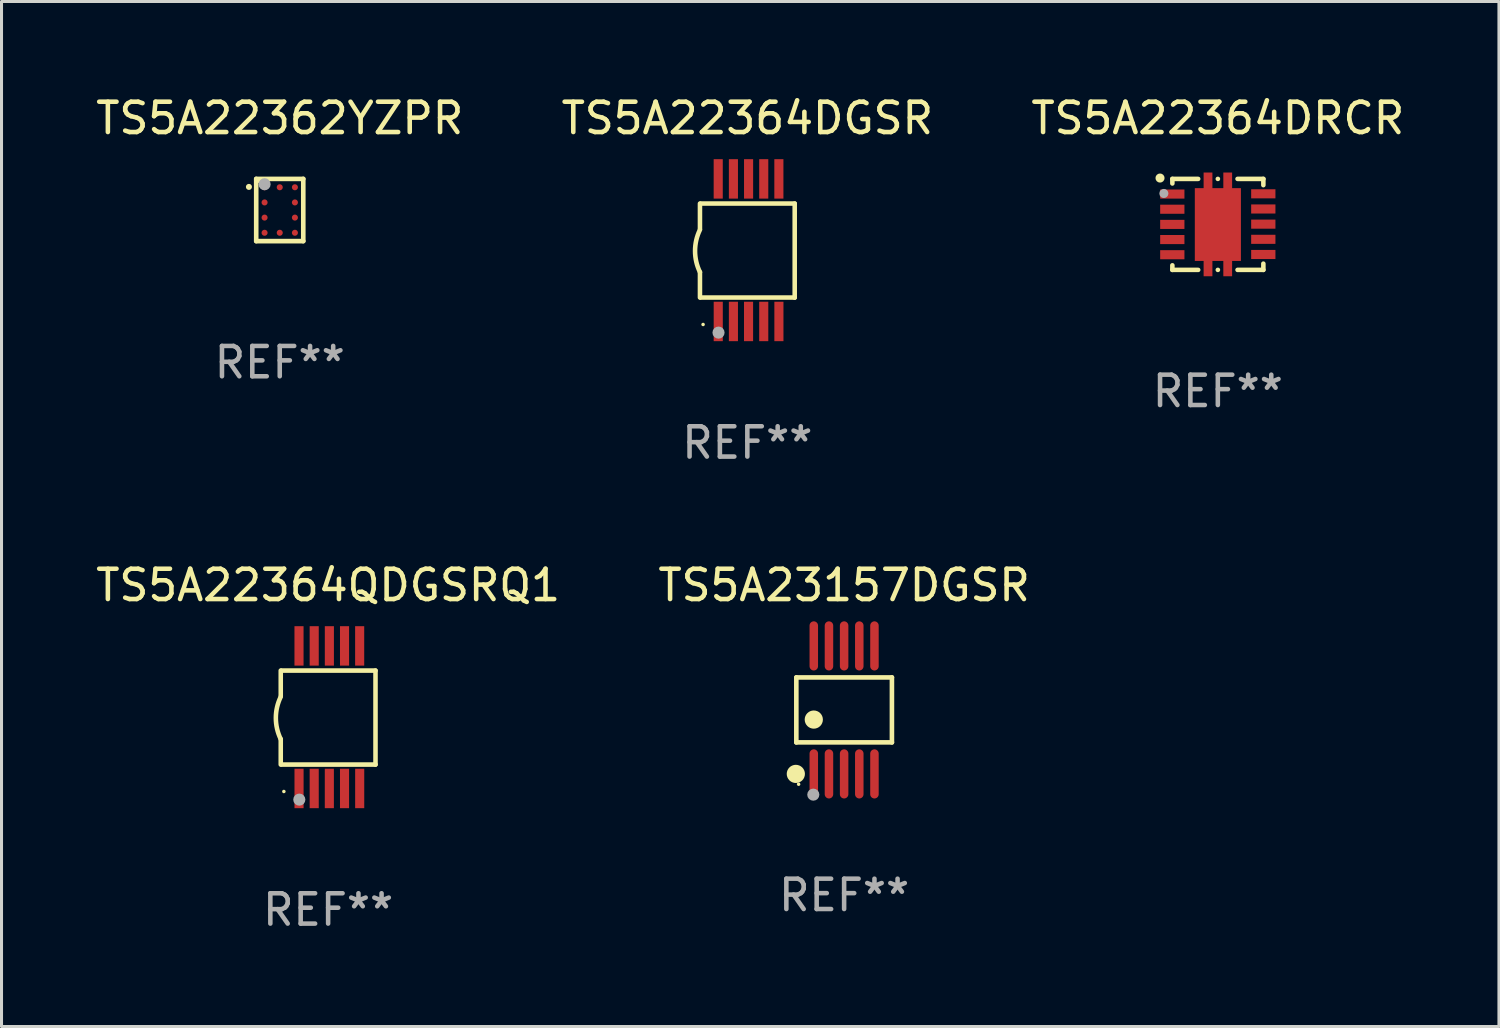
<source format=kicad_pcb>
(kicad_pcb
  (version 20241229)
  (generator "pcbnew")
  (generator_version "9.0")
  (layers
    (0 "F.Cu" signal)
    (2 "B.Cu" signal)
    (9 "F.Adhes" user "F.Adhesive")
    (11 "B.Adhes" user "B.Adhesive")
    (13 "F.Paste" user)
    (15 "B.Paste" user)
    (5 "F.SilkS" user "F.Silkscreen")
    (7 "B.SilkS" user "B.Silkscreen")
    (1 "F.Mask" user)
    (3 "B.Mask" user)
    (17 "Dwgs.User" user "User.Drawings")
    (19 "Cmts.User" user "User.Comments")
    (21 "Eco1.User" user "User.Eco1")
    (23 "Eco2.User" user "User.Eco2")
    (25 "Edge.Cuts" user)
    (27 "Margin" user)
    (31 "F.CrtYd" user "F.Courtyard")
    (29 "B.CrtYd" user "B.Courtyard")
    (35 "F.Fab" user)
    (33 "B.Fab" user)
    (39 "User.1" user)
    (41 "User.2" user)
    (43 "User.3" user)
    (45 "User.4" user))
  (footprint "TS5A22364QDGSRQ1"
    (layer "F.Cu")
    (at 7.768 20.595)
    (property "Reference" "TS5A22364QDGSRQ1" (at 0 -4.35 0) (layer "F.SilkS") (effects (font (size 1 1) (thickness 0.15))))
    (attr through_hole)
    (fp_line (start -1.562 -1.537) (end -1.562 -0.698) (stroke (width 0.15) (type solid)) (layer "F.SilkS"))
    (fp_line (start -1.562 0.724) (end -1.562 1.562) (stroke (width 0.15) (type solid)) (layer "F.SilkS"))
    (fp_line (start -1.538 -1.537) (end 1.562 -1.537) (stroke (width 0.15) (type solid)) (layer "F.SilkS"))
    (fp_line (start -1.538 1.562) (end 1.562 1.562) (stroke (width 0.15) (type solid)) (layer "F.SilkS"))
    (fp_line (start 1.562 1.564) (end 1.562 -1.537) (stroke (width 0.15) (type solid)) (layer "F.SilkS"))
    (fp_arc (start -1.562103 0.724079) (mid -1.723579 0.025578) (end -1.562103 -0.672924) (stroke (width 0.150013) (type solid)) (layer "F.SilkS"))
    (fp_circle (center -1.459 2.45) (end -1.429 2.45) (stroke (width 0.06) (type solid)) (fill no) (layer "F.SilkS"))
    (fp_circle (center -0.95 2.718) (end -0.85 2.718) (stroke (width 0.2) (type solid)) (fill no) (layer "F.Fab"))
    (fp_text user "REF**" (at 0 6.35 0) (layer "F.Fab") (effects (font (size 1 1) (thickness 0.15))))
    (pad "1" smd rect (at -0.959 2.35) (size 0.3 1.3) (layers "F.Cu" "F.Mask" "F.Paste"))
    (pad "2" smd rect (at -0.459 2.35) (size 0.3 1.3) (layers "F.Cu" "F.Mask" "F.Paste"))
    (pad "3" smd rect (at 0.04 2.35) (size 0.3 1.3) (layers "F.Cu" "F.Mask" "F.Paste"))
    (pad "4" smd rect (at 0.541 2.35) (size 0.3 1.3) (layers "F.Cu" "F.Mask" "F.Paste"))
    (pad "5" smd rect (at 1.041 2.35) (size 0.3 1.3) (layers "F.Cu" "F.Mask" "F.Paste"))
    (pad "6" smd rect (at 1.04 -2.35) (size 0.3 1.3) (layers "F.Cu" "F.Mask" "F.Paste"))
    (pad "7" smd rect (at 0.541 -2.35) (size 0.3 1.3) (layers "F.Cu" "F.Mask" "F.Paste"))
    (pad "8" smd rect (at 0.041 -2.35) (size 0.3 1.3) (layers "F.Cu" "F.Mask" "F.Paste"))
    (pad "9" smd rect (at -0.459 -2.35) (size 0.3 1.3) (layers "F.Cu" "F.Mask" "F.Paste"))
    (pad "10" smd rect (at -0.96 -2.35) (size 0.3 1.3) (layers "F.Cu" "F.Mask" "F.Paste")))
  (footprint "TS5A22362YZPR"
    (layer "F.Cu")
    (at 6.173 3.874)
    (property "Reference" "TS5A22362YZPR" (at 0 -3.026 0) (layer "F.SilkS") (effects (font (size 1 1) (thickness 0.15))))
    (attr through_hole)
    (fp_line (start -0.776 -1.026) (end 0.776 -1.026) (stroke (width 0.152) (type solid)) (layer "F.SilkS"))
    (fp_line (start -0.776 1.026) (end -0.776 -1.026) (stroke (width 0.152) (type solid)) (layer "F.SilkS"))
    (fp_line (start 0.776 -1.026) (end 0.776 1.026) (stroke (width 0.152) (type solid)) (layer "F.SilkS"))
    (fp_line (start 0.776 1.026) (end -0.776 1.026) (stroke (width 0.152) (type solid)) (layer "F.SilkS"))
    (fp_circle (center -1.016 -0.762) (end -0.966 -0.762) (stroke (width 0.1) (type solid)) (fill no) (layer "F.SilkS"))
    (fp_circle (center -0.7 -0.95) (end -0.67 -0.95) (stroke (width 0.06) (type solid)) (fill no) (layer "F.SilkS"))
    (fp_circle (center -0.5 -0.85) (end -0.4 -0.85) (stroke (width 0.2) (type solid)) (fill no) (layer "F.Fab"))
    (fp_text user "REF**" (at 0 5.026 0) (layer "F.Fab") (effects (font (size 1 1) (thickness 0.15))))
    (pad "A1" smd circle (at -0.5 -0.75) (size 0.2 0.2) (layers "F.Cu" "F.Mask" "F.Paste"))
    (pad "A2" smd circle (at 0 -0.75) (size 0.2 0.2) (layers "F.Cu" "F.Mask" "F.Paste"))
    (pad "A3" smd circle (at 0.5 -0.75) (size 0.2 0.2) (layers "F.Cu" "F.Mask" "F.Paste"))
    (pad "B1" smd circle (at -0.5 -0.25) (size 0.2 0.2) (layers "F.Cu" "F.Mask" "F.Paste"))
    (pad "B3" smd circle (at 0.5 -0.25) (size 0.2 0.2) (layers "F.Cu" "F.Mask" "F.Paste"))
    (pad "C1" smd circle (at -0.5 0.25) (size 0.2 0.2) (layers "F.Cu" "F.Mask" "F.Paste"))
    (pad "C3" smd circle (at 0.5 0.25) (size 0.2 0.2) (layers "F.Cu" "F.Mask" "F.Paste"))
    (pad "D1" smd circle (at -0.5 0.75) (size 0.2 0.2) (layers "F.Cu" "F.Mask" "F.Paste"))
    (pad "D2" smd circle (at 0 0.75) (size 0.2 0.2) (layers "F.Cu" "F.Mask" "F.Paste"))
    (pad "D3" smd circle (at 0.5 0.75) (size 0.2 0.2) (layers "F.Cu" "F.Mask" "F.Paste")))
  (footprint "TS5A23157DGSR"
    (layer "F.Cu")
    (at 24.78 20.355)
    (property "Reference" "TS5A23157DGSR" (at 0 -4.11 0) (layer "F.SilkS") (effects (font (size 1 1) (thickness 0.15))))
    (attr through_hole)
    (fp_line (start -1.576 -1.071) (end 1.576 -1.071) (stroke (width 0.152) (type solid)) (layer "F.SilkS"))
    (fp_line (start -1.576 1.071) (end -1.576 -1.071) (stroke (width 0.152) (type solid)) (layer "F.SilkS"))
    (fp_line (start 1.576 -1.071) (end 1.576 1.071) (stroke (width 0.152) (type solid)) (layer "F.SilkS"))
    (fp_line (start 1.576 1.071) (end -1.576 1.071) (stroke (width 0.152) (type solid)) (layer "F.SilkS"))
    (fp_circle (center -1.592 2.11) (end -1.442 2.11) (stroke (width 0.3) (type solid)) (fill no) (layer "F.SilkS"))
    (fp_circle (center -1.5 2.45) (end -1.47 2.45) (stroke (width 0.06) (type solid)) (fill no) (layer "F.SilkS"))
    (fp_circle (center -1 0.319) (end -0.85 0.319) (stroke (width 0.3) (type solid)) (fill no) (layer "F.SilkS"))
    (fp_circle (center -1.016 2.794) (end -0.916 2.794) (stroke (width 0.2) (type solid)) (fill no) (layer "F.Fab"))
    (fp_text user "REF**" (at 0 6.11 0) (layer "F.Fab") (effects (font (size 1 1) (thickness 0.15))))
    (pad "1" smd oval (at -1 2.11) (size 0.28 1.62) (layers "F.Cu" "F.Mask" "F.Paste"))
    (pad "2" smd oval (at -0.5 2.11) (size 0.28 1.62) (layers "F.Cu" "F.Mask" "F.Paste"))
    (pad "3" smd oval (at 0 2.11) (size 0.28 1.62) (layers "F.Cu" "F.Mask" "F.Paste"))
    (pad "4" smd oval (at 0.5 2.11) (size 0.28 1.62) (layers "F.Cu" "F.Mask" "F.Paste"))
    (pad "5" smd oval (at 1 2.11) (size 0.28 1.62) (layers "F.Cu" "F.Mask" "F.Paste"))
    (pad "6" smd oval (at 1 -2.11) (size 0.28 1.62) (layers "F.Cu" "F.Mask" "F.Paste"))
    (pad "7" smd oval (at 0.5 -2.11) (size 0.28 1.62) (layers "F.Cu" "F.Mask" "F.Paste"))
    (pad "8" smd oval (at 0 -2.11) (size 0.28 1.62) (layers "F.Cu" "F.Mask" "F.Paste"))
    (pad "9" smd oval (at -0.5 -2.11) (size 0.28 1.62) (layers "F.Cu" "F.Mask" "F.Paste"))
    (pad "10" smd oval (at -1 -2.11) (size 0.28 1.62) (layers "F.Cu" "F.Mask" "F.Paste")))
  (footprint "TS5A22364DGSR"
    (layer "F.Cu")
    (at 21.589 5.198)
    (property "Reference" "TS5A22364DGSR" (at 0 -4.35 0) (layer "F.SilkS") (effects (font (size 1 1) (thickness 0.15))))
    (attr through_hole)
    (fp_line (start -1.562 -1.537) (end -1.562 -0.698) (stroke (width 0.15) (type solid)) (layer "F.SilkS"))
    (fp_line (start -1.562 0.724) (end -1.562 1.562) (stroke (width 0.15) (type solid)) (layer "F.SilkS"))
    (fp_line (start -1.538 -1.537) (end 1.562 -1.537) (stroke (width 0.15) (type solid)) (layer "F.SilkS"))
    (fp_line (start -1.538 1.562) (end 1.562 1.562) (stroke (width 0.15) (type solid)) (layer "F.SilkS"))
    (fp_line (start 1.562 1.564) (end 1.562 -1.537) (stroke (width 0.15) (type solid)) (layer "F.SilkS"))
    (fp_arc (start -1.562103 0.724079) (mid -1.723579 0.025578) (end -1.562103 -0.672924) (stroke (width 0.150013) (type solid)) (layer "F.SilkS"))
    (fp_circle (center -1.459 2.45) (end -1.429 2.45) (stroke (width 0.06) (type solid)) (fill no) (layer "F.SilkS"))
    (fp_circle (center -0.95 2.718) (end -0.85 2.718) (stroke (width 0.2) (type solid)) (fill no) (layer "F.Fab"))
    (fp_text user "REF**" (at 0 6.35 0) (layer "F.Fab") (effects (font (size 1 1) (thickness 0.15))))
    (pad "1" smd rect (at -0.959 2.35) (size 0.3 1.3) (layers "F.Cu" "F.Mask" "F.Paste"))
    (pad "2" smd rect (at -0.459 2.35) (size 0.3 1.3) (layers "F.Cu" "F.Mask" "F.Paste"))
    (pad "3" smd rect (at 0.04 2.35) (size 0.3 1.3) (layers "F.Cu" "F.Mask" "F.Paste"))
    (pad "4" smd rect (at 0.541 2.35) (size 0.3 1.3) (layers "F.Cu" "F.Mask" "F.Paste"))
    (pad "5" smd rect (at 1.041 2.35) (size 0.3 1.3) (layers "F.Cu" "F.Mask" "F.Paste"))
    (pad "6" smd rect (at 1.04 -2.35) (size 0.3 1.3) (layers "F.Cu" "F.Mask" "F.Paste"))
    (pad "7" smd rect (at 0.541 -2.35) (size 0.3 1.3) (layers "F.Cu" "F.Mask" "F.Paste"))
    (pad "8" smd rect (at 0.041 -2.35) (size 0.3 1.3) (layers "F.Cu" "F.Mask" "F.Paste"))
    (pad "9" smd rect (at -0.459 -2.35) (size 0.3 1.3) (layers "F.Cu" "F.Mask" "F.Paste"))
    (pad "10" smd rect (at -0.96 -2.35) (size 0.3 1.3) (layers "F.Cu" "F.Mask" "F.Paste")))
  (footprint "TS5A22364DRCR"
    (layer "F.Cu")
    (at 37.101 4.348)
    (property "Reference" "TS5A22364DRCR" (at 0 -3.5 0) (layer "F.SilkS") (effects (font (size 1 1) (thickness 0.15))))
    (attr through_hole)
    (fp_line (start -1.499 -1.5) (end -1.499 -1.349) (stroke (width 0.15) (type solid)) (layer "F.SilkS"))
    (fp_line (start -1.499 -1.5) (end -0.648 -1.5) (stroke (width 0.15) (type solid)) (layer "F.SilkS"))
    (fp_line (start -1.499 1.349) (end -1.499 1.5) (stroke (width 0.15) (type solid)) (layer "F.SilkS"))
    (fp_line (start -0.648 1.5) (end -1.499 1.5) (stroke (width 0.15) (type solid)) (layer "F.SilkS"))
    (fp_line (start -0.000203 -1.5) (end 0.002 -1.5) (stroke (width 0.15) (type solid)) (layer "F.SilkS"))
    (fp_line (start 0.002 1.5) (end -0.000203 1.5) (stroke (width 0.15) (type solid)) (layer "F.SilkS"))
    (fp_line (start 0.65 -1.5) (end 1.501 -1.5) (stroke (width 0.15) (type solid)) (layer "F.SilkS"))
    (fp_line (start 1.501 -1.5) (end 1.501 -1.294) (stroke (width 0.15) (type solid)) (layer "F.SilkS"))
    (fp_line (start 1.501 1.294) (end 1.501 1.5) (stroke (width 0.15) (type solid)) (layer "F.SilkS"))
    (fp_line (start 1.501 1.5) (end 0.65 1.5) (stroke (width 0.15) (type solid)) (layer "F.SilkS"))
    (fp_circle (center -1.906 -1.528) (end -1.831 -1.528) (stroke (width 0.15) (type solid)) (fill no) (layer "F.SilkS"))
    (fp_circle (center -1.471 -1.474) (end -1.441 -1.474) (stroke (width 0.06) (type solid)) (fill no) (layer "F.SilkS"))
    (fp_circle (center -1.779 -1.02) (end -1.704 -1.02) (stroke (width 0.15) (type solid)) (fill no) (layer "F.Fab"))
    (fp_text user "REF**" (at 0 5.5 0) (layer "F.Fab") (effects (font (size 1 1) (thickness 0.15))))
    (pad "1" smd rect (at -1.501 -1) (size 0.8 0.3) (layers "F.Cu" "F.Mask" "F.Paste"))
    (pad "2" smd rect (at -1.501 -0.5) (size 0.8 0.3) (layers "F.Cu" "F.Mask" "F.Paste"))
    (pad "3" smd rect (at -1.501 0.000102) (size 0.8 0.3) (layers "F.Cu" "F.Mask" "F.Paste"))
    (pad "4" smd rect (at -1.501 0.5) (size 0.8 0.3) (layers "F.Cu" "F.Mask" "F.Paste"))
    (pad "5" smd rect (at -1.501 1) (size 0.8 0.3) (layers "F.Cu" "F.Mask" "F.Paste"))
    (pad "6" smd rect (at 1.499 0.992) (size 0.8 0.3) (layers "F.Cu" "F.Mask" "F.Paste"))
    (pad "7" smd rect (at 1.499 0.492) (size 0.8 0.3) (layers "F.Cu" "F.Mask" "F.Paste"))
    (pad "8" smd rect (at 1.499 -0.008) (size 0.8 0.3) (layers "F.Cu" "F.Mask" "F.Paste"))
    (pad "9" smd rect (at 1.499 -0.508) (size 0.8 0.3) (layers "F.Cu" "F.Mask" "F.Paste"))
    (pad "10" smd rect (at 1.499 -1.008) (size 0.8 0.3) (layers "F.Cu" "F.Mask" "F.Paste"))
    (pad "11" smd custom (at 0.001 0.005) (size 1.52 3.42) (layers "F.Cu" "F.Mask" "F.Paste") (options (anchor circle)) (primitives (gr_poly (pts (xy -0.76 -1.2) (xy -0.47 -1.2) (xy -0.47 -1.715) (xy -0.18 -1.715) (xy -0.18 -1.2) (xy 0.18 -1.2) (xy 0.18 -1.715) (xy 0.47 -1.715) (xy 0.47 -1.2) (xy 0.76 -1.2) (xy 0.76 1.2) (xy 0.47 1.2) (xy 0.47 1.705) (xy 0.18 1.705) (xy 0.18 1.2) (xy -0.18 1.2) (xy -0.18 1.705) (xy -0.47 1.705) (xy -0.47 1.2) (xy -0.76 1.2) (xy -0.76 -0.895) (xy -0.76 -0.895)) (width 0) (fill yes)))))
  (gr_rect
    (start -3 -3)
    (end 46.369 30.793)
    (stroke (width 0.1) (type default))
    (fill no)
    (layer "Edge.Cuts")))
</source>
